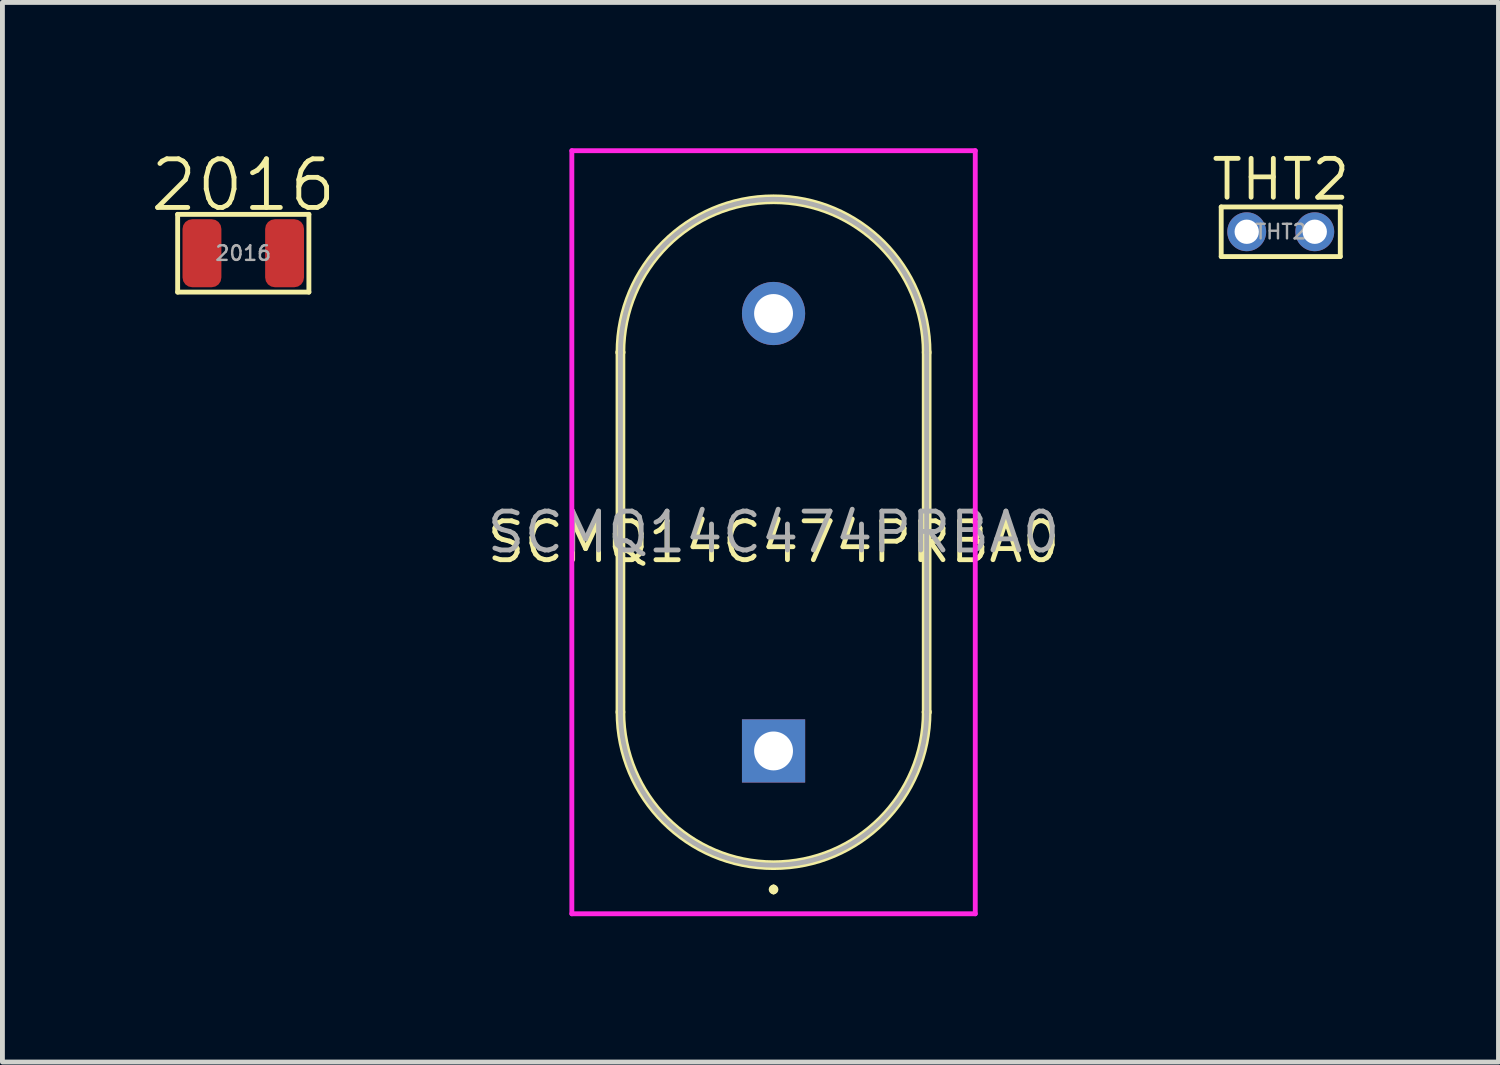
<source format=kicad_pcb>
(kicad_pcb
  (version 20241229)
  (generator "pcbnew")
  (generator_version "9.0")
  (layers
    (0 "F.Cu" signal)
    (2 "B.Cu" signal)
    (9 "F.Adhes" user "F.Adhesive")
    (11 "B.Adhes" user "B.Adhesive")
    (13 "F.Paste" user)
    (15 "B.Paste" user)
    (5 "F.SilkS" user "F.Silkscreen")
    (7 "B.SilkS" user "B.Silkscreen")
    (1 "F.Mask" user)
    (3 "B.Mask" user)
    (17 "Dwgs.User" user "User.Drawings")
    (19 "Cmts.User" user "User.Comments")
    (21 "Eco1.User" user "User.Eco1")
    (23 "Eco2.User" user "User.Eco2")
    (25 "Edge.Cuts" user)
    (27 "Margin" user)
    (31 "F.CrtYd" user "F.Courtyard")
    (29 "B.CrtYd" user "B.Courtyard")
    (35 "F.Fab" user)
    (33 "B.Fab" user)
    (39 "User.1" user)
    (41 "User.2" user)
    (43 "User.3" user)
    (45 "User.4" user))
  (footprint "2016"
    (layer "F.Cu")
    (at 1.955 2.16)
    (property "Reference" "2016" (at 0 -1.4 0) (unlocked yes) (layer "F.SilkS") (effects (font (size 1 1) (thickness 0.1))))
    (attr smd)
    (fp_line (start -1.35 -0.8) (end -1.35 0.8) (stroke (width 0.1) (type default)) (layer "F.SilkS"))
    (fp_line (start -1.35 -0.8) (end 1.35 -0.8) (stroke (width 0.1) (type default)) (layer "F.SilkS"))
    (fp_line (start -1.35 0.8) (end 1.35 0.8) (stroke (width 0.1) (type default)) (layer "F.SilkS"))
    (fp_line (start 1.35 -0.8) (end 1.35 0.8) (stroke (width 0.1) (type default)) (layer "F.SilkS"))
    (fp_text user "${REFERENCE}" (at 0 0 0) (unlocked yes) (layer "F.Fab") (effects (font (size 0.3 0.3) (thickness 0.05))))
    (pad "1" smd roundrect (at 0.85 0) (size 0.8 1.4) (layers "F.Cu" "F.Mask" "F.Paste") (roundrect_rratio 0.25))
    (pad "2" smd roundrect (at -0.85 0) (size 0.8 1.4) (layers "F.Cu" "F.Mask" "F.Paste") (roundrect_rratio 0.25)))
  (footprint "THT2"
    (layer "F.Cu")
    (at 23.3 1.718)
    (property "Reference" "THT2" (at 0 -1.075 0) (unlocked yes) (layer "F.SilkS") (effects (font (size 0.8 0.8) (thickness 0.1))))
    (attr through_hole)
    (fp_line (start -1.225 -0.51) (end 1.225 -0.51) (stroke (width 0.1) (type default)) (layer "F.SilkS"))
    (fp_line (start -1.225 0.51) (end -1.225 -0.51) (stroke (width 0.1) (type default)) (layer "F.SilkS"))
    (fp_line (start 1.225 -0.51) (end 1.225 0.51) (stroke (width 0.1) (type default)) (layer "F.SilkS"))
    (fp_line (start 1.225 0.51) (end -1.225 0.51) (stroke (width 0.1) (type default)) (layer "F.SilkS"))
    (fp_text user "${REFERENCE}" (at 0 0 0) (unlocked yes) (layer "F.Fab") (effects (font (size 0.3 0.3) (thickness 0.05))))
    (pad "1" thru_hole circle (at -0.7 0) (size 0.8 0.8) (drill 0.5) (layers "*.Cu" "*.Mask"))
    (pad "2" thru_hole circle (at 0.7 0) (size 0.8 0.8) (drill 0.5) (layers "*.Cu" "*.Mask")))
  (footprint "SCMQ14C474PRBA0"
    (layer "F.Cu")
    (at 12.865 12.4)
    (property "Reference" "SCMQ14C474PRBA0" (at 0 -4.3 0) (layer "F.SilkS") (effects (font (size 0.8 0.8) (thickness 0.1))))
    (attr through_hole)
    (fp_line (start -3.15 -8.2) (end -3.15 -8.2) (stroke (width 0.2) (type solid)) (layer "F.SilkS"))
    (fp_line (start -3.15 -0.8) (end -3.15 -8.2) (stroke (width 0.2) (type solid)) (layer "F.SilkS"))
    (fp_line (start 0 2.8) (end 0 2.8) (stroke (width 0.1) (type solid)) (layer "F.SilkS"))
    (fp_line (start 0 2.9) (end 0 2.9) (stroke (width 0.1) (type solid)) (layer "F.SilkS"))
    (fp_line (start 3.15 -8.2) (end 3.15 -0.8) (stroke (width 0.2) (type solid)) (layer "F.SilkS"))
    (fp_line (start 3.15 -0.8) (end 3.15 -0.8) (stroke (width 0.2) (type solid)) (layer "F.SilkS"))
    (fp_arc (start -3.15 -8.2) (mid 0 -11.35) (end 3.15 -8.2) (stroke (width 0.2) (type solid)) (layer "F.SilkS"))
    (fp_arc (start 0 2.8) (mid 0.05 2.85) (end 0 2.9) (stroke (width 0.1) (type solid)) (layer "F.SilkS"))
    (fp_arc (start 0 2.9) (mid -0.05 2.85) (end 0 2.8) (stroke (width 0.1) (type solid)) (layer "F.SilkS"))
    (fp_arc (start 3.15 -0.8) (mid 0 2.35) (end -3.15 -0.8) (stroke (width 0.2) (type solid)) (layer "F.SilkS"))
    (fp_line (start -4.15 -12.35) (end 4.15 -12.35) (stroke (width 0.1) (type solid)) (layer "F.CrtYd"))
    (fp_line (start -4.15 3.35) (end -4.15 -12.35) (stroke (width 0.1) (type solid)) (layer "F.CrtYd"))
    (fp_line (start 4.15 -12.35) (end 4.15 3.35) (stroke (width 0.1) (type solid)) (layer "F.CrtYd"))
    (fp_line (start 4.15 3.35) (end -4.15 3.35) (stroke (width 0.1) (type solid)) (layer "F.CrtYd"))
    (fp_line (start -3.15 -8.2) (end -3.15 -8.2) (stroke (width 0.1) (type solid)) (layer "F.Fab"))
    (fp_line (start -3.15 -0.8) (end -3.15 -8.2) (stroke (width 0.1) (type solid)) (layer "F.Fab"))
    (fp_line (start 3.15 -8.2) (end 3.15 -0.8) (stroke (width 0.1) (type solid)) (layer "F.Fab"))
    (fp_line (start 3.15 -0.8) (end 3.15 -0.8) (stroke (width 0.1) (type solid)) (layer "F.Fab"))
    (fp_arc (start -3.15 -8.2) (mid 0 -11.35) (end 3.15 -8.2) (stroke (width 0.1) (type solid)) (layer "F.Fab"))
    (fp_arc (start 3.15 -0.8) (mid 0 2.35) (end -3.15 -0.8) (stroke (width 0.1) (type solid)) (layer "F.Fab"))
    (fp_text user "${REFERENCE}" (at 0 -4.5 0) (layer "F.Fab") (effects (font (size 0.8 0.8) (thickness 0.1))))
    (pad "1" thru_hole rect (at 0 0) (size 1.3 1.3) (drill 0.8) (layers "*.Cu" "*.Mask"))
    (pad "2" thru_hole circle (at 0 -9) (size 1.3 1.3) (drill 0.8) (layers "*.Cu" "*.Mask")))
  (gr_rect
    (start -3 -3)
    (end 27.78 18.8)
    (stroke (width 0.1) (type default))
    (fill no)
    (layer "Edge.Cuts")))
</source>
